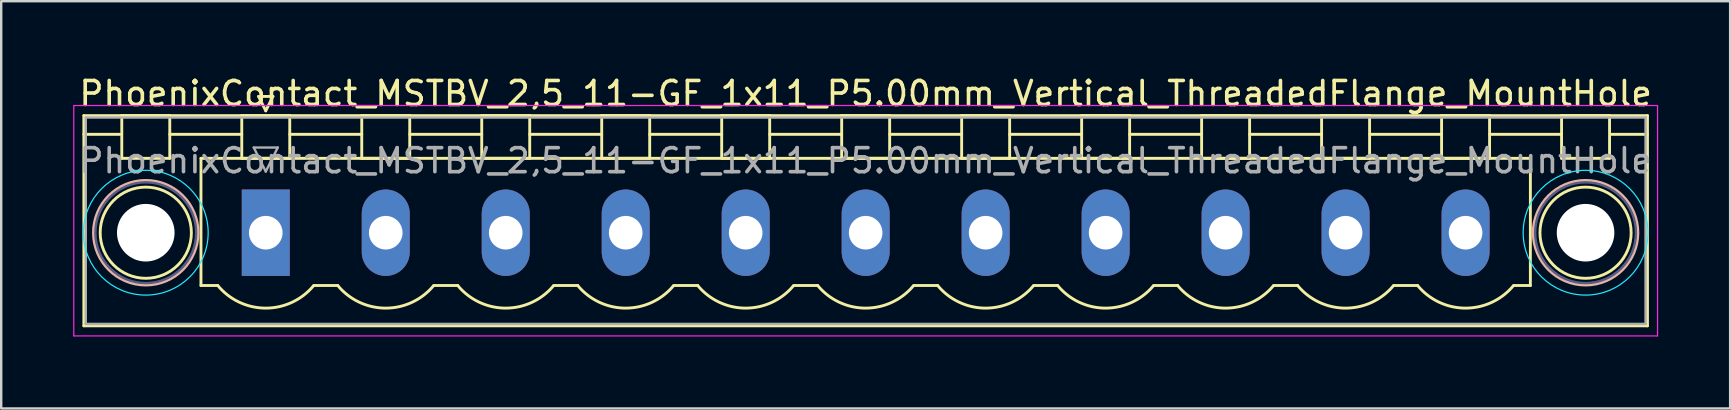
<source format=kicad_pcb>
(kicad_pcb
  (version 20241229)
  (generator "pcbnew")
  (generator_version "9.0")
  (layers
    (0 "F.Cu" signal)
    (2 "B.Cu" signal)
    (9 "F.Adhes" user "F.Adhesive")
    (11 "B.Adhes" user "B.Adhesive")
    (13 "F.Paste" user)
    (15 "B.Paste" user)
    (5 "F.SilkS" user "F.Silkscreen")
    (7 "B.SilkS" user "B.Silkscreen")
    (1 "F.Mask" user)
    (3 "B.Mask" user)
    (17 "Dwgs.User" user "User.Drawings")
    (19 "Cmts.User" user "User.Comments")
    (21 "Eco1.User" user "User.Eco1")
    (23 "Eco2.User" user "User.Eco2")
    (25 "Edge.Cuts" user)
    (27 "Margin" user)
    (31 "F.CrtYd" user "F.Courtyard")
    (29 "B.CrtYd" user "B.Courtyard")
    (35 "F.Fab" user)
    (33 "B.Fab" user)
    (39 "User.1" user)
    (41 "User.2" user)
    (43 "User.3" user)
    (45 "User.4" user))
  (footprint "PhoenixContact_MSTBV_2,5_11-GF_1x11_P5.00mm_Vertical_ThreadedFlange_MountHole"
    (layer "F.Cu")
    (at 8.025 6.648)
    (property "Reference" "PhoenixContact_MSTBV_2,5_11-GF_1x11_P5.00mm_Vertical_ThreadedFlange_MountHole" (at 25 -5.8 0) (layer "F.SilkS") (effects (font (size 1 1) (thickness 0.15))))
    (attr through_hole)
    (fp_line (start -7.58 -4.88) (end -7.58 3.88) (stroke (width 0.12) (type solid)) (layer "F.SilkS"))
    (fp_line (start -7.58 -4.1) (end -6.08 -4.1) (stroke (width 0.12) (type solid)) (layer "F.SilkS"))
    (fp_line (start -7.58 3.88) (end 57.58 3.88) (stroke (width 0.12) (type solid)) (layer "F.SilkS"))
    (fp_line (start -6 -4.88) (end -4 -4.88) (stroke (width 0.12) (type solid)) (layer "F.SilkS"))
    (fp_line (start -6 -3.1) (end -6 -4.88) (stroke (width 0.12) (type solid)) (layer "F.SilkS"))
    (fp_line (start -4 -4.88) (end -4 -3.1) (stroke (width 0.12) (type solid)) (layer "F.SilkS"))
    (fp_line (start -4 -4.1) (end -1 -4.1) (stroke (width 0.12) (type solid)) (layer "F.SilkS"))
    (fp_line (start -4 -3.1) (end -6 -3.1) (stroke (width 0.12) (type solid)) (layer "F.SilkS"))
    (fp_line (start -2.7 -3.1) (end 52.7 -3.1) (stroke (width 0.12) (type solid)) (layer "F.SilkS"))
    (fp_line (start -2.7 2.2) (end -2.7 -3.1) (stroke (width 0.12) (type solid)) (layer "F.SilkS"))
    (fp_line (start -2 2.2) (end -2.7 2.2) (stroke (width 0.12) (type solid)) (layer "F.SilkS"))
    (fp_line (start -1 -4.88) (end 1 -4.88) (stroke (width 0.12) (type solid)) (layer "F.SilkS"))
    (fp_line (start -1 -3.1) (end -1 -4.88) (stroke (width 0.12) (type solid)) (layer "F.SilkS"))
    (fp_line (start -0.3 -5.68) (end 0.3 -5.68) (stroke (width 0.12) (type solid)) (layer "F.SilkS"))
    (fp_line (start 0 -5.08) (end -0.3 -5.68) (stroke (width 0.12) (type solid)) (layer "F.SilkS"))
    (fp_line (start 0.3 -5.68) (end 0 -5.08) (stroke (width 0.12) (type solid)) (layer "F.SilkS"))
    (fp_line (start 1 -4.88) (end 1 -3.1) (stroke (width 0.12) (type solid)) (layer "F.SilkS"))
    (fp_line (start 1 -4.1) (end 4 -4.1) (stroke (width 0.12) (type solid)) (layer "F.SilkS"))
    (fp_line (start 1 -3.1) (end -1 -3.1) (stroke (width 0.12) (type solid)) (layer "F.SilkS"))
    (fp_line (start 2 2.2) (end 3 2.2) (stroke (width 0.12) (type solid)) (layer "F.SilkS"))
    (fp_line (start 4 -4.88) (end 6 -4.88) (stroke (width 0.12) (type solid)) (layer "F.SilkS"))
    (fp_line (start 4 -3.1) (end 4 -4.88) (stroke (width 0.12) (type solid)) (layer "F.SilkS"))
    (fp_line (start 6 -4.88) (end 6 -3.1) (stroke (width 0.12) (type solid)) (layer "F.SilkS"))
    (fp_line (start 6 -4.1) (end 9 -4.1) (stroke (width 0.12) (type solid)) (layer "F.SilkS"))
    (fp_line (start 6 -3.1) (end 4 -3.1) (stroke (width 0.12) (type solid)) (layer "F.SilkS"))
    (fp_line (start 7 2.2) (end 8 2.2) (stroke (width 0.12) (type solid)) (layer "F.SilkS"))
    (fp_line (start 9 -4.88) (end 11 -4.88) (stroke (width 0.12) (type solid)) (layer "F.SilkS"))
    (fp_line (start 9 -3.1) (end 9 -4.88) (stroke (width 0.12) (type solid)) (layer "F.SilkS"))
    (fp_line (start 11 -4.88) (end 11 -3.1) (stroke (width 0.12) (type solid)) (layer "F.SilkS"))
    (fp_line (start 11 -4.1) (end 14 -4.1) (stroke (width 0.12) (type solid)) (layer "F.SilkS"))
    (fp_line (start 11 -3.1) (end 9 -3.1) (stroke (width 0.12) (type solid)) (layer "F.SilkS"))
    (fp_line (start 12 2.2) (end 13 2.2) (stroke (width 0.12) (type solid)) (layer "F.SilkS"))
    (fp_line (start 14 -4.88) (end 16 -4.88) (stroke (width 0.12) (type solid)) (layer "F.SilkS"))
    (fp_line (start 14 -3.1) (end 14 -4.88) (stroke (width 0.12) (type solid)) (layer "F.SilkS"))
    (fp_line (start 16 -4.88) (end 16 -3.1) (stroke (width 0.12) (type solid)) (layer "F.SilkS"))
    (fp_line (start 16 -4.1) (end 19 -4.1) (stroke (width 0.12) (type solid)) (layer "F.SilkS"))
    (fp_line (start 16 -3.1) (end 14 -3.1) (stroke (width 0.12) (type solid)) (layer "F.SilkS"))
    (fp_line (start 17 2.2) (end 18 2.2) (stroke (width 0.12) (type solid)) (layer "F.SilkS"))
    (fp_line (start 19 -4.88) (end 21 -4.88) (stroke (width 0.12) (type solid)) (layer "F.SilkS"))
    (fp_line (start 19 -3.1) (end 19 -4.88) (stroke (width 0.12) (type solid)) (layer "F.SilkS"))
    (fp_line (start 21 -4.88) (end 21 -3.1) (stroke (width 0.12) (type solid)) (layer "F.SilkS"))
    (fp_line (start 21 -4.1) (end 24 -4.1) (stroke (width 0.12) (type solid)) (layer "F.SilkS"))
    (fp_line (start 21 -3.1) (end 19 -3.1) (stroke (width 0.12) (type solid)) (layer "F.SilkS"))
    (fp_line (start 22 2.2) (end 23 2.2) (stroke (width 0.12) (type solid)) (layer "F.SilkS"))
    (fp_line (start 24 -4.88) (end 26 -4.88) (stroke (width 0.12) (type solid)) (layer "F.SilkS"))
    (fp_line (start 24 -3.1) (end 24 -4.88) (stroke (width 0.12) (type solid)) (layer "F.SilkS"))
    (fp_line (start 26 -4.88) (end 26 -3.1) (stroke (width 0.12) (type solid)) (layer "F.SilkS"))
    (fp_line (start 26 -4.1) (end 29 -4.1) (stroke (width 0.12) (type solid)) (layer "F.SilkS"))
    (fp_line (start 26 -3.1) (end 24 -3.1) (stroke (width 0.12) (type solid)) (layer "F.SilkS"))
    (fp_line (start 27 2.2) (end 28 2.2) (stroke (width 0.12) (type solid)) (layer "F.SilkS"))
    (fp_line (start 29 -4.88) (end 31 -4.88) (stroke (width 0.12) (type solid)) (layer "F.SilkS"))
    (fp_line (start 29 -3.1) (end 29 -4.88) (stroke (width 0.12) (type solid)) (layer "F.SilkS"))
    (fp_line (start 31 -4.88) (end 31 -3.1) (stroke (width 0.12) (type solid)) (layer "F.SilkS"))
    (fp_line (start 31 -4.1) (end 34 -4.1) (stroke (width 0.12) (type solid)) (layer "F.SilkS"))
    (fp_line (start 31 -3.1) (end 29 -3.1) (stroke (width 0.12) (type solid)) (layer "F.SilkS"))
    (fp_line (start 32 2.2) (end 33 2.2) (stroke (width 0.12) (type solid)) (layer "F.SilkS"))
    (fp_line (start 34 -4.88) (end 36 -4.88) (stroke (width 0.12) (type solid)) (layer "F.SilkS"))
    (fp_line (start 34 -3.1) (end 34 -4.88) (stroke (width 0.12) (type solid)) (layer "F.SilkS"))
    (fp_line (start 36 -4.88) (end 36 -3.1) (stroke (width 0.12) (type solid)) (layer "F.SilkS"))
    (fp_line (start 36 -4.1) (end 39 -4.1) (stroke (width 0.12) (type solid)) (layer "F.SilkS"))
    (fp_line (start 36 -3.1) (end 34 -3.1) (stroke (width 0.12) (type solid)) (layer "F.SilkS"))
    (fp_line (start 37 2.2) (end 38 2.2) (stroke (width 0.12) (type solid)) (layer "F.SilkS"))
    (fp_line (start 39 -4.88) (end 41 -4.88) (stroke (width 0.12) (type solid)) (layer "F.SilkS"))
    (fp_line (start 39 -3.1) (end 39 -4.88) (stroke (width 0.12) (type solid)) (layer "F.SilkS"))
    (fp_line (start 41 -4.88) (end 41 -3.1) (stroke (width 0.12) (type solid)) (layer "F.SilkS"))
    (fp_line (start 41 -4.1) (end 44 -4.1) (stroke (width 0.12) (type solid)) (layer "F.SilkS"))
    (fp_line (start 41 -3.1) (end 39 -3.1) (stroke (width 0.12) (type solid)) (layer "F.SilkS"))
    (fp_line (start 42 2.2) (end 43 2.2) (stroke (width 0.12) (type solid)) (layer "F.SilkS"))
    (fp_line (start 44 -4.88) (end 46 -4.88) (stroke (width 0.12) (type solid)) (layer "F.SilkS"))
    (fp_line (start 44 -3.1) (end 44 -4.88) (stroke (width 0.12) (type solid)) (layer "F.SilkS"))
    (fp_line (start 46 -4.88) (end 46 -3.1) (stroke (width 0.12) (type solid)) (layer "F.SilkS"))
    (fp_line (start 46 -4.1) (end 49 -4.1) (stroke (width 0.12) (type solid)) (layer "F.SilkS"))
    (fp_line (start 46 -3.1) (end 44 -3.1) (stroke (width 0.12) (type solid)) (layer "F.SilkS"))
    (fp_line (start 47 2.2) (end 48 2.2) (stroke (width 0.12) (type solid)) (layer "F.SilkS"))
    (fp_line (start 49 -4.88) (end 51 -4.88) (stroke (width 0.12) (type solid)) (layer "F.SilkS"))
    (fp_line (start 49 -3.1) (end 49 -4.88) (stroke (width 0.12) (type solid)) (layer "F.SilkS"))
    (fp_line (start 51 -4.88) (end 51 -3.1) (stroke (width 0.12) (type solid)) (layer "F.SilkS"))
    (fp_line (start 51 -4.1) (end 54 -4.1) (stroke (width 0.12) (type solid)) (layer "F.SilkS"))
    (fp_line (start 51 -3.1) (end 49 -3.1) (stroke (width 0.12) (type solid)) (layer "F.SilkS"))
    (fp_line (start 52.7 -3.1) (end 52.7 2.2) (stroke (width 0.12) (type solid)) (layer "F.SilkS"))
    (fp_line (start 52.7 2.2) (end 52 2.2) (stroke (width 0.12) (type solid)) (layer "F.SilkS"))
    (fp_line (start 54 -4.88) (end 56 -4.88) (stroke (width 0.12) (type solid)) (layer "F.SilkS"))
    (fp_line (start 54 -3.1) (end 54 -4.88) (stroke (width 0.12) (type solid)) (layer "F.SilkS"))
    (fp_line (start 56 -4.88) (end 56 -3.1) (stroke (width 0.12) (type solid)) (layer "F.SilkS"))
    (fp_line (start 56 -3.1) (end 54 -3.1) (stroke (width 0.12) (type solid)) (layer "F.SilkS"))
    (fp_line (start 57.58 -4.88) (end -7.58 -4.88) (stroke (width 0.12) (type solid)) (layer "F.SilkS"))
    (fp_line (start 57.58 -4.1) (end 56.08 -4.1) (stroke (width 0.12) (type solid)) (layer "F.SilkS"))
    (fp_line (start 57.58 3.88) (end 57.58 -4.88) (stroke (width 0.12) (type solid)) (layer "F.SilkS"))
    (fp_arc (start 1.986842 2.215821) (mid -0.010289 3.142758) (end -2 2.2) (stroke (width 0.12) (type solid)) (layer "F.SilkS"))
    (fp_arc (start 6.986842 2.215821) (mid 4.989711 3.142758) (end 3 2.2) (stroke (width 0.12) (type solid)) (layer "F.SilkS"))
    (fp_arc (start 11.986842 2.215821) (mid 9.989711 3.142758) (end 8 2.2) (stroke (width 0.12) (type solid)) (layer "F.SilkS"))
    (fp_arc (start 16.986842 2.215821) (mid 14.989711 3.142758) (end 13 2.2) (stroke (width 0.12) (type solid)) (layer "F.SilkS"))
    (fp_arc (start 21.986842 2.215821) (mid 19.989711 3.142758) (end 18 2.2) (stroke (width 0.12) (type solid)) (layer "F.SilkS"))
    (fp_arc (start 26.986842 2.215821) (mid 24.989711 3.142758) (end 23 2.2) (stroke (width 0.12) (type solid)) (layer "F.SilkS"))
    (fp_arc (start 31.986842 2.215821) (mid 29.989711 3.142758) (end 28 2.2) (stroke (width 0.12) (type solid)) (layer "F.SilkS"))
    (fp_arc (start 36.986842 2.215821) (mid 34.989711 3.142758) (end 33 2.2) (stroke (width 0.12) (type solid)) (layer "F.SilkS"))
    (fp_arc (start 41.986842 2.215821) (mid 39.989711 3.142758) (end 38 2.2) (stroke (width 0.12) (type solid)) (layer "F.SilkS"))
    (fp_arc (start 46.986842 2.215821) (mid 44.989711 3.142758) (end 43 2.2) (stroke (width 0.12) (type solid)) (layer "F.SilkS"))
    (fp_arc (start 51.986842 2.215821) (mid 49.989711 3.142758) (end 48 2.2) (stroke (width 0.12) (type solid)) (layer "F.SilkS"))
    (fp_circle (center -5 0) (end -3.1 0) (stroke (width 0.12) (type solid)) (fill no) (layer "F.SilkS"))
    (fp_circle (center 55 0) (end 56.9 0) (stroke (width 0.12) (type solid)) (fill no) (layer "F.SilkS"))
    (fp_circle (center -5 0) (end -2.82 0) (stroke (width 0.12) (type solid)) (fill no) (layer "B.SilkS"))
    (fp_circle (center 55 0) (end 57.18 0) (stroke (width 0.12) (type solid)) (fill no) (layer "B.SilkS"))
    (fp_circle (center -5 0) (end -2.4 0) (stroke (width 0.05) (type solid)) (fill no) (layer "B.CrtYd"))
    (fp_circle (center 55 0) (end 57.6 0) (stroke (width 0.05) (type solid)) (fill no) (layer "B.CrtYd"))
    (fp_line (start -8 -5.3) (end -8 4.3) (stroke (width 0.05) (type solid)) (layer "F.CrtYd"))
    (fp_line (start -8 4.3) (end 58 4.3) (stroke (width 0.05) (type solid)) (layer "F.CrtYd"))
    (fp_line (start 58 -5.3) (end -8 -5.3) (stroke (width 0.05) (type solid)) (layer "F.CrtYd"))
    (fp_line (start 58 4.3) (end 58 -5.3) (stroke (width 0.05) (type solid)) (layer "F.CrtYd"))
    (fp_circle (center -5 0) (end -2.9 0) (stroke (width 0.1) (type solid)) (fill no) (layer "B.Fab"))
    (fp_circle (center 55 0) (end 57.1 0) (stroke (width 0.1) (type solid)) (fill no) (layer "B.Fab"))
    (fp_line (start -7.5 -4.8) (end -7.5 3.8) (stroke (width 0.1) (type solid)) (layer "F.Fab"))
    (fp_line (start -7.5 3.8) (end 57.5 3.8) (stroke (width 0.1) (type solid)) (layer "F.Fab"))
    (fp_line (start -0.5 -3.55) (end 0.5 -3.55) (stroke (width 0.1) (type solid)) (layer "F.Fab"))
    (fp_line (start 0 -2.55) (end -0.5 -3.55) (stroke (width 0.1) (type solid)) (layer "F.Fab"))
    (fp_line (start 0.5 -3.55) (end 0 -2.55) (stroke (width 0.1) (type solid)) (layer "F.Fab"))
    (fp_line (start 57.5 -4.8) (end -7.5 -4.8) (stroke (width 0.1) (type solid)) (layer "F.Fab"))
    (fp_line (start 57.5 3.8) (end 57.5 -4.8) (stroke (width 0.1) (type solid)) (layer "F.Fab"))
    (fp_text user "${REFERENCE}" (at 25 -3 0) (layer "F.Fab") (effects (font (size 1 1) (thickness 0.15))))
    (pad "" np_thru_hole circle (at -5 0) (size 2.4 2.4) (drill 2.4) (layers "*.Cu" "*.Mask"))
    (pad "" np_thru_hole circle (at 55 0) (size 2.4 2.4) (drill 2.4) (layers "*.Cu" "*.Mask"))
    (pad "1" thru_hole rect (at 0 0) (size 2 3.6) (drill 1.4) (layers "*.Cu" "*.Mask"))
    (pad "2" thru_hole oval (at 5 0) (size 2 3.6) (drill 1.4) (layers "*.Cu" "*.Mask"))
    (pad "3" thru_hole oval (at 10 0) (size 2 3.6) (drill 1.4) (layers "*.Cu" "*.Mask"))
    (pad "4" thru_hole oval (at 15 0) (size 2 3.6) (drill 1.4) (layers "*.Cu" "*.Mask"))
    (pad "5" thru_hole oval (at 20 0) (size 2 3.6) (drill 1.4) (layers "*.Cu" "*.Mask"))
    (pad "6" thru_hole oval (at 25 0) (size 2 3.6) (drill 1.4) (layers "*.Cu" "*.Mask"))
    (pad "7" thru_hole oval (at 30 0) (size 2 3.6) (drill 1.4) (layers "*.Cu" "*.Mask"))
    (pad "8" thru_hole oval (at 35 0) (size 2 3.6) (drill 1.4) (layers "*.Cu" "*.Mask"))
    (pad "9" thru_hole oval (at 40 0) (size 2 3.6) (drill 1.4) (layers "*.Cu" "*.Mask"))
    (pad "10" thru_hole oval (at 45 0) (size 2 3.6) (drill 1.4) (layers "*.Cu" "*.Mask"))
    (pad "11" thru_hole oval (at 50 0) (size 2 3.6) (drill 1.4) (layers "*.Cu" "*.Mask")))
  (gr_rect
    (start -3 -3)
    (end 69.05 13.973)
    (stroke (width 0.1) (type default))
    (fill no)
    (layer "Edge.Cuts")))
</source>
